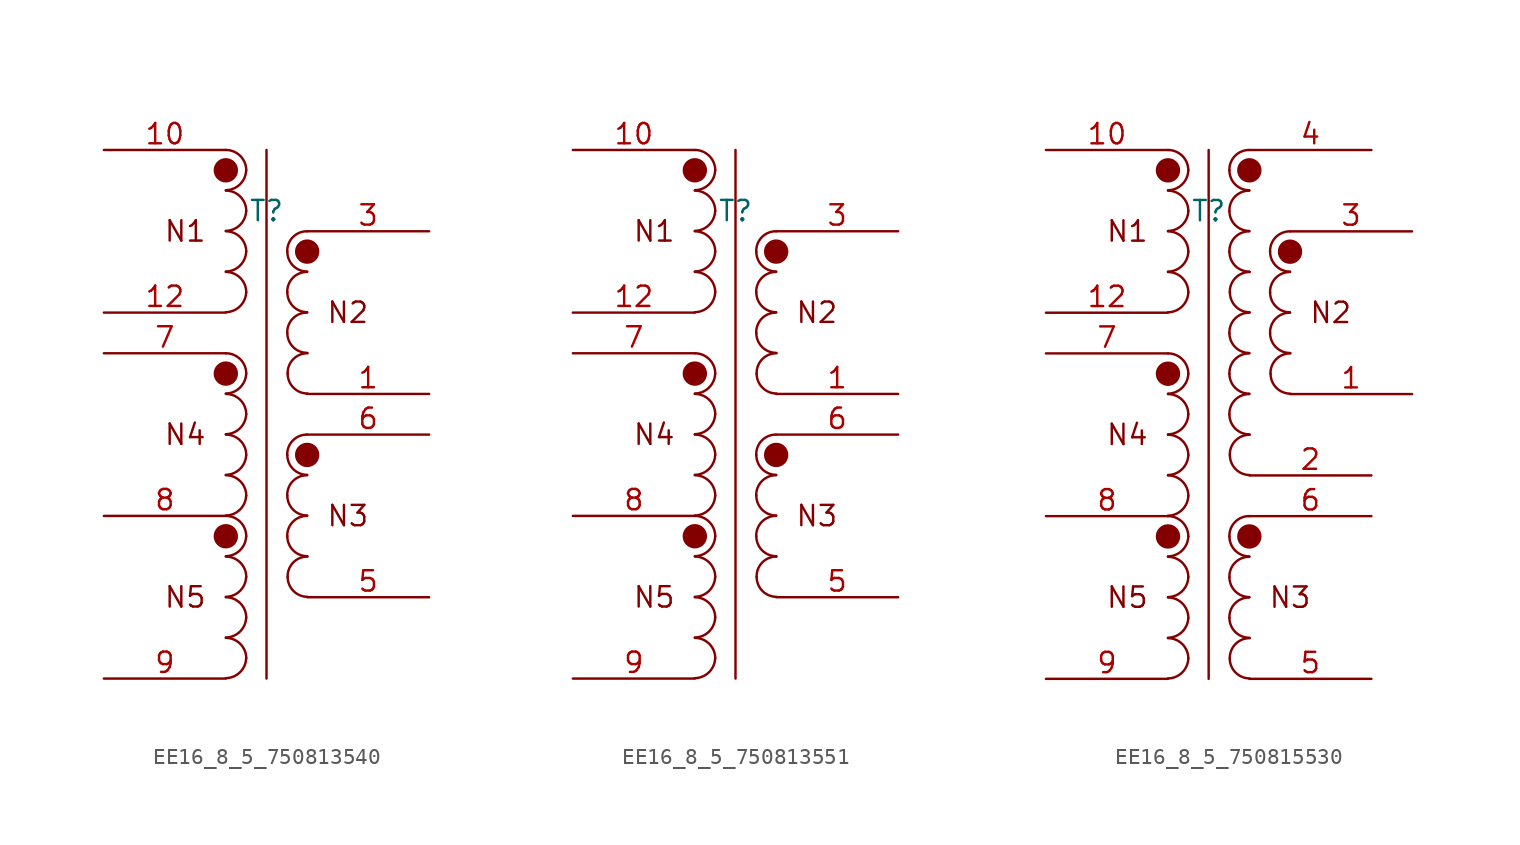
<source format=kicad_sym>
(kicad_symbol_lib
  (version 20220914)
  (generator kicad_symbol_editor)
  (symbol "EE16_8_5_750813540"
    (pin_names hide)
    (property "Reference" "T"
      (at 0 12.7 0)
      (effects (font (size 1.27 1.27))))
    (symbol "EE16_8_5_750813540_0_1"
      (arc (start -2.54 -16.4846) (mid -1.6561 -16.1163) (end -1.27 -15.24) (stroke (width 0) (type default)) (fill (type none)))
      (arc (start -2.54 -13.9446) (mid -1.6561 -13.5763) (end -1.27 -12.7) (stroke (width 0) (type default)) (fill (type none)))
      (arc (start -2.54 -11.4046) (mid -1.6561 -11.0363) (end -1.27 -10.16) (stroke (width 0) (type default)) (fill (type none)))
      (arc (start -2.54 -8.8646) (mid -1.6561 -8.4963) (end -1.27 -7.62) (stroke (width 0) (type default)) (fill (type none)))
      (arc (start -2.54 -6.3246) (mid -1.6561 -5.9563) (end -1.27 -5.08) (stroke (width 0) (type default)) (fill (type none)))
      (arc (start -2.54 -3.7846) (mid -1.6561 -3.4163) (end -1.27 -2.54) (stroke (width 0) (type default)) (fill (type none)))
      (arc (start -2.54 -1.2446) (mid -1.6561 -0.8763) (end -1.27 0) (stroke (width 0) (type default)) (fill (type none)))
      (arc (start -2.54 1.2954) (mid -1.6561 1.6637) (end -1.27 2.54) (stroke (width 0) (type default)) (fill (type none)))
      (arc (start -2.54 6.3754) (mid -1.6561 6.7437) (end -1.27 7.62) (stroke (width 0) (type default)) (fill (type none)))
      (arc (start -2.54 8.9154) (mid -1.6561 9.2837) (end -1.27 10.16) (stroke (width 0) (type default)) (fill (type none)))
      (arc (start -2.54 11.4554) (mid -1.6561 11.8237) (end -1.27 12.7) (stroke (width 0) (type default)) (fill (type none)))
      (arc (start -2.54 13.9954) (mid -1.6561 14.3637) (end -1.27 15.24) (stroke (width 0) (type default)) (fill (type none)))
      (arc (start -1.27 -15.24) (mid -1.642 -14.342) (end -2.54 -13.97) (stroke (width 0) (type default)) (fill (type none)))
      (arc (start -1.27 -12.7) (mid -1.642 -11.802) (end -2.54 -11.43) (stroke (width 0) (type default)) (fill (type none)))
      (arc (start -1.27 -10.16) (mid -1.642 -9.262) (end -2.54 -8.89) (stroke (width 0) (type default)) (fill (type none)))
      (arc (start -1.27 -7.62) (mid -1.642 -6.722) (end -2.54 -6.35) (stroke (width 0) (type default)) (fill (type none)))
      (arc (start -1.27 -5.08) (mid -1.642 -4.182) (end -2.54 -3.81) (stroke (width 0) (type default)) (fill (type none)))
      (arc (start -1.27 -2.54) (mid -1.642 -1.642) (end -2.54 -1.27) (stroke (width 0) (type default)) (fill (type none)))
      (arc (start -1.27 0) (mid -1.642 0.898) (end -2.54 1.27) (stroke (width 0) (type default)) (fill (type none)))
      (arc (start -1.27 2.54) (mid -1.642 3.438) (end -2.54 3.81) (stroke (width 0) (type default)) (fill (type none)))
      (arc (start -1.27 7.62) (mid -1.642 8.518) (end -2.54 8.89) (stroke (width 0) (type default)) (fill (type none)))
      (arc (start -1.27 10.16) (mid -1.642 11.058) (end -2.54 11.43) (stroke (width 0) (type default)) (fill (type none)))
      (arc (start -1.27 12.7) (mid -1.642 13.598) (end -2.54 13.97) (stroke (width 0) (type default)) (fill (type none)))
      (arc (start -1.27 15.24) (mid -1.642 16.138) (end -2.54 16.51) (stroke (width 0) (type default)) (fill (type none)))
      (polyline (pts (xy 0 16.51) (xy 0 -16.51)) (stroke (width 0) (type default)) (fill (type none)))
      (arc (start 1.2954 -7.62) (mid 1.6599 -8.5001) (end 2.54 -8.8646) (stroke (width 0) (type default)) (fill (type none)))
      (arc (start 1.2954 -5.08) (mid 1.6599 -5.9601) (end 2.54 -6.3246) (stroke (width 0) (type default)) (fill (type none)))
      (arc (start 1.2954 -2.54) (mid 1.6599 -3.4201) (end 2.54 -3.7846) (stroke (width 0) (type default)) (fill (type none)))
      (arc (start 1.2954 5.08) (mid 1.6599 4.1999) (end 2.54 3.8354) (stroke (width 0) (type default)) (fill (type none)))
      (arc (start 1.2954 7.62) (mid 1.6599 6.7399) (end 2.54 6.3754) (stroke (width 0) (type default)) (fill (type none)))
      (arc (start 1.2954 10.16) (mid 1.6599 9.2799) (end 2.54 8.9154) (stroke (width 0) (type default)) (fill (type none)))
      (arc (start 1.3208 -10.16) (mid 1.6852 -11.0402) (end 2.5654 -11.4046) (stroke (width 0) (type default)) (fill (type none)))
      (arc (start 1.3208 2.54) (mid 1.6853 1.6597) (end 2.5654 1.2954) (stroke (width 0) (type default)) (fill (type none)))
      (arc (start 2.54 -6.35) (mid 1.6458 -6.7185) (end 1.2954 -7.62) (stroke (width 0) (type default)) (fill (type none)))
      (arc (start 2.54 -3.81) (mid 1.6458 -4.1785) (end 1.2954 -5.08) (stroke (width 0) (type default)) (fill (type none)))
      (arc (start 2.54 -1.27) (mid 1.6458 -1.6385) (end 1.2954 -2.54) (stroke (width 0) (type default)) (fill (type none)))
      (arc (start 2.54 6.35) (mid 1.6458 5.9815) (end 1.2954 5.08) (stroke (width 0) (type default)) (fill (type none)))
      (arc (start 2.54 8.89) (mid 1.6458 8.5215) (end 1.2954 7.62) (stroke (width 0) (type default)) (fill (type none)))
      (arc (start 2.54 11.43) (mid 1.6458 11.0615) (end 1.2954 10.16) (stroke (width 0) (type default)) (fill (type none)))
      (arc (start 2.5654 -8.89) (mid 1.6709 -9.2583) (end 1.3208 -10.16) (stroke (width 0) (type default)) (fill (type none)))
      (arc (start 2.5654 3.81) (mid 1.6709 3.4417) (end 1.3208 2.54) (stroke (width 0) (type default)) (fill (type none))))
    (symbol "EE16_8_5_750813540_1_1"
      (circle (center -2.54 -7.62) (radius 0.0001) (stroke (width 0.762) (type default)) (fill (type none)))
      (circle (center -2.54 2.54) (radius 0.0001) (stroke (width 0.762) (type default)) (fill (type none)))
      (circle (center -2.54 15.24) (radius 0.0001) (stroke (width 0.762) (type default)) (fill (type none)))
      (circle (center 2.54 -2.54) (radius 0.0001) (stroke (width 0.762) (type default)) (fill (type none)))
      (circle (center 2.54 10.16) (radius 0.0001) (stroke (width 0.762) (type default)) (fill (type none)))
      (text "N1" (at -5.08 11.43 0) (effects (font (size 1.27 1.27))))
      (text "N2" (at 5.08 6.35 0) (effects (font (size 1.27 1.27))))
      (text "N3" (at 5.08 -6.35 0) (effects (font (size 1.27 1.27))))
      (text "N4" (at -5.08 -1.27 0) (effects (font (size 1.27 1.27))))
      (text "N5" (at -5.08 -11.43 0) (effects (font (size 1.27 1.27))))
      (pin passive line (at 10.16 1.27 180) (length 7.62) (name "1" (effects (font (size 1.27 1.27)))) (number "1" (effects (font (size 1.27 1.27)))))
      (pin passive line (at -10.16 16.51 0) (length 7.62) (name "10" (effects (font (size 1.27 1.27)))) (number "10" (effects (font (size 1.27 1.27)))))
      (pin passive line (at -10.16 6.35 0) (length 7.62) (name "12" (effects (font (size 1.27 1.27)))) (number "12" (effects (font (size 1.27 1.27)))))
      (pin passive line (at 10.16 11.43 180) (length 7.62) (name "3" (effects (font (size 1.27 1.27)))) (number "3" (effects (font (size 1.27 1.27)))))
      (pin passive line (at 10.16 -11.43 180) (length 7.62) (name "5" (effects (font (size 1.27 1.27)))) (number "5" (effects (font (size 1.27 1.27)))))
      (pin passive line (at 10.16 -1.27 180) (length 7.62) (name "6" (effects (font (size 1.27 1.27)))) (number "6" (effects (font (size 1.27 1.27)))))
      (pin passive line (at -10.16 3.81 0) (length 7.62) (name "7" (effects (font (size 1.27 1.27)))) (number "7" (effects (font (size 1.27 1.27)))))
      (pin passive line (at -10.16 -6.35 0) (length 7.62) (name "8" (effects (font (size 1.27 1.27)))) (number "8" (effects (font (size 1.27 1.27)))))
      (pin passive line (at -10.16 -16.51 0) (length 7.62) (name "9" (effects (font (size 1.27 1.27)))) (number "9" (effects (font (size 1.27 1.27)))))))
  (symbol "EE16_8_5_750813551"
    (pin_names hide)
    (property "Reference" "T"
      (at 0 12.7 0)
      (effects (font (size 1.27 1.27))))
    (symbol "EE16_8_5_750813551_0_1"
      (arc (start -2.54 -16.4846) (mid -1.6561 -16.1163) (end -1.27 -15.24) (stroke (width 0) (type default)) (fill (type none)))
      (arc (start -2.54 -13.9446) (mid -1.6561 -13.5763) (end -1.27 -12.7) (stroke (width 0) (type default)) (fill (type none)))
      (arc (start -2.54 -11.4046) (mid -1.6561 -11.0363) (end -1.27 -10.16) (stroke (width 0) (type default)) (fill (type none)))
      (arc (start -2.54 -8.8646) (mid -1.6561 -8.4963) (end -1.27 -7.62) (stroke (width 0) (type default)) (fill (type none)))
      (arc (start -2.54 -6.3246) (mid -1.6561 -5.9563) (end -1.27 -5.08) (stroke (width 0) (type default)) (fill (type none)))
      (arc (start -2.54 -3.7846) (mid -1.6561 -3.4163) (end -1.27 -2.54) (stroke (width 0) (type default)) (fill (type none)))
      (arc (start -2.54 -1.2446) (mid -1.6561 -0.8763) (end -1.27 0) (stroke (width 0) (type default)) (fill (type none)))
      (arc (start -2.54 1.2954) (mid -1.6561 1.6637) (end -1.27 2.54) (stroke (width 0) (type default)) (fill (type none)))
      (arc (start -2.54 6.3754) (mid -1.6561 6.7437) (end -1.27 7.62) (stroke (width 0) (type default)) (fill (type none)))
      (arc (start -2.54 8.9154) (mid -1.6561 9.2837) (end -1.27 10.16) (stroke (width 0) (type default)) (fill (type none)))
      (arc (start -2.54 11.4554) (mid -1.6561 11.8237) (end -1.27 12.7) (stroke (width 0) (type default)) (fill (type none)))
      (arc (start -2.54 13.9954) (mid -1.6561 14.3637) (end -1.27 15.24) (stroke (width 0) (type default)) (fill (type none)))
      (arc (start -1.27 -15.24) (mid -1.642 -14.342) (end -2.54 -13.97) (stroke (width 0) (type default)) (fill (type none)))
      (arc (start -1.27 -12.7) (mid -1.642 -11.802) (end -2.54 -11.43) (stroke (width 0) (type default)) (fill (type none)))
      (arc (start -1.27 -10.16) (mid -1.642 -9.262) (end -2.54 -8.89) (stroke (width 0) (type default)) (fill (type none)))
      (arc (start -1.27 -7.62) (mid -1.642 -6.722) (end -2.54 -6.35) (stroke (width 0) (type default)) (fill (type none)))
      (arc (start -1.27 -5.08) (mid -1.642 -4.182) (end -2.54 -3.81) (stroke (width 0) (type default)) (fill (type none)))
      (arc (start -1.27 -2.54) (mid -1.642 -1.642) (end -2.54 -1.27) (stroke (width 0) (type default)) (fill (type none)))
      (arc (start -1.27 0) (mid -1.642 0.898) (end -2.54 1.27) (stroke (width 0) (type default)) (fill (type none)))
      (arc (start -1.27 2.54) (mid -1.642 3.438) (end -2.54 3.81) (stroke (width 0) (type default)) (fill (type none)))
      (arc (start -1.27 7.62) (mid -1.642 8.518) (end -2.54 8.89) (stroke (width 0) (type default)) (fill (type none)))
      (arc (start -1.27 10.16) (mid -1.642 11.058) (end -2.54 11.43) (stroke (width 0) (type default)) (fill (type none)))
      (arc (start -1.27 12.7) (mid -1.642 13.598) (end -2.54 13.97) (stroke (width 0) (type default)) (fill (type none)))
      (arc (start -1.27 15.24) (mid -1.642 16.138) (end -2.54 16.51) (stroke (width 0) (type default)) (fill (type none)))
      (polyline (pts (xy 0 16.51) (xy 0 -16.51)) (stroke (width 0) (type default)) (fill (type none)))
      (arc (start 1.2954 -7.62) (mid 1.6599 -8.5001) (end 2.54 -8.8646) (stroke (width 0) (type default)) (fill (type none)))
      (arc (start 1.2954 -5.08) (mid 1.6599 -5.9601) (end 2.54 -6.3246) (stroke (width 0) (type default)) (fill (type none)))
      (arc (start 1.2954 -2.54) (mid 1.6599 -3.4201) (end 2.54 -3.7846) (stroke (width 0) (type default)) (fill (type none)))
      (arc (start 1.2954 5.08) (mid 1.6599 4.1999) (end 2.54 3.8354) (stroke (width 0) (type default)) (fill (type none)))
      (arc (start 1.2954 7.62) (mid 1.6599 6.7399) (end 2.54 6.3754) (stroke (width 0) (type default)) (fill (type none)))
      (arc (start 1.2954 10.16) (mid 1.6599 9.2799) (end 2.54 8.9154) (stroke (width 0) (type default)) (fill (type none)))
      (arc (start 1.3208 -10.16) (mid 1.6852 -11.0402) (end 2.5654 -11.4046) (stroke (width 0) (type default)) (fill (type none)))
      (arc (start 1.3208 2.54) (mid 1.6853 1.6597) (end 2.5654 1.2954) (stroke (width 0) (type default)) (fill (type none)))
      (arc (start 2.54 -6.35) (mid 1.6458 -6.7185) (end 1.2954 -7.62) (stroke (width 0) (type default)) (fill (type none)))
      (arc (start 2.54 -3.81) (mid 1.6458 -4.1785) (end 1.2954 -5.08) (stroke (width 0) (type default)) (fill (type none)))
      (arc (start 2.54 -1.27) (mid 1.6458 -1.6385) (end 1.2954 -2.54) (stroke (width 0) (type default)) (fill (type none)))
      (arc (start 2.54 6.35) (mid 1.6458 5.9815) (end 1.2954 5.08) (stroke (width 0) (type default)) (fill (type none)))
      (arc (start 2.54 8.89) (mid 1.6458 8.5215) (end 1.2954 7.62) (stroke (width 0) (type default)) (fill (type none)))
      (arc (start 2.54 11.43) (mid 1.6458 11.0615) (end 1.2954 10.16) (stroke (width 0) (type default)) (fill (type none)))
      (arc (start 2.5654 -8.89) (mid 1.6709 -9.2583) (end 1.3208 -10.16) (stroke (width 0) (type default)) (fill (type none)))
      (arc (start 2.5654 3.81) (mid 1.6709 3.4417) (end 1.3208 2.54) (stroke (width 0) (type default)) (fill (type none))))
    (symbol "EE16_8_5_750813551_1_1"
      (circle (center -2.54 -7.62) (radius 0.0001) (stroke (width 0.762) (type default)) (fill (type none)))
      (circle (center -2.54 2.54) (radius 0.0001) (stroke (width 0.762) (type default)) (fill (type none)))
      (circle (center -2.54 15.24) (radius 0.0001) (stroke (width 0.762) (type default)) (fill (type none)))
      (circle (center 2.54 -2.54) (radius 0.0001) (stroke (width 0.762) (type default)) (fill (type none)))
      (circle (center 2.54 10.16) (radius 0.0001) (stroke (width 0.762) (type default)) (fill (type none)))
      (text "N1" (at -5.08 11.43 0) (effects (font (size 1.27 1.27))))
      (text "N2" (at 5.08 6.35 0) (effects (font (size 1.27 1.27))))
      (text "N3" (at 5.08 -6.35 0) (effects (font (size 1.27 1.27))))
      (text "N4" (at -5.08 -1.27 0) (effects (font (size 1.27 1.27))))
      (text "N5" (at -5.08 -11.43 0) (effects (font (size 1.27 1.27))))
      (pin passive line (at 10.16 1.27 180) (length 7.62) (name "1" (effects (font (size 1.27 1.27)))) (number "1" (effects (font (size 1.27 1.27)))))
      (pin passive line (at -10.16 16.51 0) (length 7.62) (name "10" (effects (font (size 1.27 1.27)))) (number "10" (effects (font (size 1.27 1.27)))))
      (pin passive line (at -10.16 6.35 0) (length 7.62) (name "12" (effects (font (size 1.27 1.27)))) (number "12" (effects (font (size 1.27 1.27)))))
      (pin passive line (at 10.16 11.43 180) (length 7.62) (name "3" (effects (font (size 1.27 1.27)))) (number "3" (effects (font (size 1.27 1.27)))))
      (pin passive line (at 10.16 -11.43 180) (length 7.62) (name "5" (effects (font (size 1.27 1.27)))) (number "5" (effects (font (size 1.27 1.27)))))
      (pin passive line (at 10.16 -1.27 180) (length 7.62) (name "6" (effects (font (size 1.27 1.27)))) (number "6" (effects (font (size 1.27 1.27)))))
      (pin passive line (at -10.16 3.81 0) (length 7.62) (name "7" (effects (font (size 1.27 1.27)))) (number "7" (effects (font (size 1.27 1.27)))))
      (pin passive line (at -10.16 -6.35 0) (length 7.62) (name "8" (effects (font (size 1.27 1.27)))) (number "8" (effects (font (size 1.27 1.27)))))
      (pin passive line (at -10.16 -16.51 0) (length 7.62) (name "9" (effects (font (size 1.27 1.27)))) (number "9" (effects (font (size 1.27 1.27)))))))
  (symbol "EE16_8_5_750815530"
    (pin_names hide)
    (property "Reference" "T"
      (at 0 12.7 0)
      (effects (font (size 1.27 1.27))))
    (symbol "EE16_8_5_750815530_0_1"
      (arc (start -2.54 -16.4846) (mid -1.6561 -16.1163) (end -1.27 -15.24) (stroke (width 0) (type default)) (fill (type none)))
      (arc (start -2.54 -13.9446) (mid -1.6561 -13.5763) (end -1.27 -12.7) (stroke (width 0) (type default)) (fill (type none)))
      (arc (start -2.54 -11.4046) (mid -1.6561 -11.0363) (end -1.27 -10.16) (stroke (width 0) (type default)) (fill (type none)))
      (arc (start -2.54 -8.8646) (mid -1.6561 -8.4963) (end -1.27 -7.62) (stroke (width 0) (type default)) (fill (type none)))
      (arc (start -2.54 -6.3246) (mid -1.6561 -5.9563) (end -1.27 -5.08) (stroke (width 0) (type default)) (fill (type none)))
      (arc (start -2.54 -3.7846) (mid -1.6561 -3.4163) (end -1.27 -2.54) (stroke (width 0) (type default)) (fill (type none)))
      (arc (start -2.54 -1.2446) (mid -1.6561 -0.8763) (end -1.27 0) (stroke (width 0) (type default)) (fill (type none)))
      (arc (start -2.54 1.2954) (mid -1.6561 1.6637) (end -1.27 2.54) (stroke (width 0) (type default)) (fill (type none)))
      (arc (start -2.54 6.3754) (mid -1.6561 6.7437) (end -1.27 7.62) (stroke (width 0) (type default)) (fill (type none)))
      (arc (start -2.54 8.9154) (mid -1.6561 9.2837) (end -1.27 10.16) (stroke (width 0) (type default)) (fill (type none)))
      (arc (start -2.54 11.4554) (mid -1.6561 11.8237) (end -1.27 12.7) (stroke (width 0) (type default)) (fill (type none)))
      (arc (start -2.54 13.9954) (mid -1.6561 14.3637) (end -1.27 15.24) (stroke (width 0) (type default)) (fill (type none)))
      (arc (start -1.27 -15.24) (mid -1.642 -14.342) (end -2.54 -13.97) (stroke (width 0) (type default)) (fill (type none)))
      (arc (start -1.27 -12.7) (mid -1.642 -11.802) (end -2.54 -11.43) (stroke (width 0) (type default)) (fill (type none)))
      (arc (start -1.27 -10.16) (mid -1.642 -9.262) (end -2.54 -8.89) (stroke (width 0) (type default)) (fill (type none)))
      (arc (start -1.27 -7.62) (mid -1.642 -6.722) (end -2.54 -6.35) (stroke (width 0) (type default)) (fill (type none)))
      (arc (start -1.27 -5.08) (mid -1.642 -4.182) (end -2.54 -3.81) (stroke (width 0) (type default)) (fill (type none)))
      (arc (start -1.27 -2.54) (mid -1.642 -1.642) (end -2.54 -1.27) (stroke (width 0) (type default)) (fill (type none)))
      (arc (start -1.27 0) (mid -1.642 0.898) (end -2.54 1.27) (stroke (width 0) (type default)) (fill (type none)))
      (arc (start -1.27 2.54) (mid -1.642 3.438) (end -2.54 3.81) (stroke (width 0) (type default)) (fill (type none)))
      (arc (start -1.27 7.62) (mid -1.642 8.518) (end -2.54 8.89) (stroke (width 0) (type default)) (fill (type none)))
      (arc (start -1.27 10.16) (mid -1.642 11.058) (end -2.54 11.43) (stroke (width 0) (type default)) (fill (type none)))
      (arc (start -1.27 12.7) (mid -1.642 13.598) (end -2.54 13.97) (stroke (width 0) (type default)) (fill (type none)))
      (arc (start -1.27 15.24) (mid -1.642 16.138) (end -2.54 16.51) (stroke (width 0) (type default)) (fill (type none)))
      (polyline (pts (xy 0 16.51) (xy 0 -16.51)) (stroke (width 0) (type default)) (fill (type none)))
      (arc (start 1.2954 -12.7) (mid 1.6599 -13.5801) (end 2.54 -13.9446) (stroke (width 0) (type default)) (fill (type none)))
      (arc (start 1.2954 -10.16) (mid 1.6599 -11.0401) (end 2.54 -11.4046) (stroke (width 0) (type default)) (fill (type none)))
      (arc (start 1.2954 -7.62) (mid 1.6599 -8.5001) (end 2.54 -8.8646) (stroke (width 0) (type default)) (fill (type none)))
      (arc (start 1.2954 0) (mid 1.6599 -0.8801) (end 2.54 -1.2446) (stroke (width 0) (type default)) (fill (type none)))
      (arc (start 1.2954 2.54) (mid 1.6599 1.6599) (end 2.54 1.2954) (stroke (width 0) (type default)) (fill (type none)))
      (arc (start 1.2954 5.08) (mid 1.6599 4.1999) (end 2.54 3.8354) (stroke (width 0) (type default)) (fill (type none)))
      (arc (start 1.2954 10.16) (mid 1.6599 9.2799) (end 2.54 8.9154) (stroke (width 0) (type default)) (fill (type none)))
      (arc (start 1.2954 12.7) (mid 1.6599 11.8199) (end 2.54 11.4554) (stroke (width 0) (type default)) (fill (type none)))
      (arc (start 1.2954 15.24) (mid 1.6599 14.3599) (end 2.54 13.9954) (stroke (width 0) (type default)) (fill (type none)))
      (arc (start 1.3208 -15.24) (mid 1.6854 -16.1199) (end 2.5654 -16.4846) (stroke (width 0) (type default)) (fill (type none)))
      (arc (start 1.3208 -2.54) (mid 1.6852 -3.4202) (end 2.5654 -3.7846) (stroke (width 0) (type default)) (fill (type none)))
      (arc (start 1.3208 7.62) (mid 1.6852 6.7398) (end 2.5654 6.3754) (stroke (width 0) (type default)) (fill (type none)))
      (arc (start 2.54 -11.43) (mid 1.6458 -11.7985) (end 1.2954 -12.7) (stroke (width 0) (type default)) (fill (type none)))
      (arc (start 2.54 -8.89) (mid 1.6458 -9.2585) (end 1.2954 -10.16) (stroke (width 0) (type default)) (fill (type none)))
      (arc (start 2.54 -6.35) (mid 1.6458 -6.7185) (end 1.2954 -7.62) (stroke (width 0) (type default)) (fill (type none)))
      (arc (start 2.54 1.27) (mid 1.6458 0.9015) (end 1.2954 0) (stroke (width 0) (type default)) (fill (type none)))
      (arc (start 2.54 3.81) (mid 1.6458 3.4415) (end 1.2954 2.54) (stroke (width 0) (type default)) (fill (type none)))
      (arc (start 2.54 6.35) (mid 1.6458 5.9815) (end 1.2954 5.08) (stroke (width 0) (type default)) (fill (type none)))
      (arc (start 2.54 11.43) (mid 1.6458 11.0615) (end 1.2954 10.16) (stroke (width 0) (type default)) (fill (type none)))
      (arc (start 2.54 13.97) (mid 1.6458 13.6015) (end 1.2954 12.7) (stroke (width 0) (type default)) (fill (type none)))
      (arc (start 2.54 16.51) (mid 1.6458 16.1415) (end 1.2954 15.24) (stroke (width 0) (type default)) (fill (type none)))
      (arc (start 2.5654 -13.97) (mid 1.6709 -14.3383) (end 1.3208 -15.24) (stroke (width 0) (type default)) (fill (type none)))
      (arc (start 2.5654 -1.27) (mid 1.6709 -1.6383) (end 1.3208 -2.54) (stroke (width 0) (type default)) (fill (type none)))
      (arc (start 2.5654 8.89) (mid 1.6709 8.5217) (end 1.3208 7.62) (stroke (width 0) (type default)) (fill (type none)))
      (arc (start 3.8354 5.08) (mid 4.1999 4.1999) (end 5.08 3.8354) (stroke (width 0) (type default)) (fill (type none)))
      (arc (start 3.8354 7.62) (mid 4.1999 6.7399) (end 5.08 6.3754) (stroke (width 0) (type default)) (fill (type none)))
      (arc (start 3.8354 10.16) (mid 4.1999 9.2799) (end 5.08 8.9154) (stroke (width 0) (type default)) (fill (type none)))
      (arc (start 3.8608 2.54) (mid 4.2253 1.6597) (end 5.1054 1.2954) (stroke (width 0) (type default)) (fill (type none)))
      (arc (start 5.08 6.35) (mid 4.1858 5.9815) (end 3.8354 5.08) (stroke (width 0) (type default)) (fill (type none)))
      (arc (start 5.08 8.89) (mid 4.1858 8.5215) (end 3.8354 7.62) (stroke (width 0) (type default)) (fill (type none)))
      (arc (start 5.08 11.43) (mid 4.1858 11.0615) (end 3.8354 10.16) (stroke (width 0) (type default)) (fill (type none)))
      (arc (start 5.1054 3.81) (mid 4.2109 3.4417) (end 3.8608 2.54) (stroke (width 0) (type default)) (fill (type none))))
    (symbol "EE16_8_5_750815530_1_1"
      (circle (center -2.54 -7.62) (radius 0.0001) (stroke (width 0.762) (type default)) (fill (type none)))
      (circle (center -2.54 2.54) (radius 0.0001) (stroke (width 0.762) (type default)) (fill (type none)))
      (circle (center -2.54 15.24) (radius 0.0001) (stroke (width 0.762) (type default)) (fill (type none)))
      (circle (center 2.54 -7.62) (radius 0.0001) (stroke (width 0.762) (type default)) (fill (type none)))
      (circle (center 2.54 15.24) (radius 0.0001) (stroke (width 0.762) (type default)) (fill (type none)))
      (circle (center 5.08 10.16) (radius 0.0001) (stroke (width 0.762) (type default)) (fill (type none)))
      (text "N1" (at -5.08 11.43 0) (effects (font (size 1.27 1.27))))
      (text "N2" (at 7.62 6.35 0) (effects (font (size 1.27 1.27))))
      (text "N3" (at 5.08 -11.43 0) (effects (font (size 1.27 1.27))))
      (text "N4" (at -5.08 -1.27 0) (effects (font (size 1.27 1.27))))
      (text "N5" (at -5.08 -11.43 0) (effects (font (size 1.27 1.27))))
      (pin passive line (at 12.7 1.27 180) (length 7.62) (name "1" (effects (font (size 1.27 1.27)))) (number "1" (effects (font (size 1.27 1.27)))))
      (pin passive line (at -10.16 16.51 0) (length 7.62) (name "10" (effects (font (size 1.27 1.27)))) (number "10" (effects (font (size 1.27 1.27)))))
      (pin passive line (at -10.16 6.35 0) (length 7.62) (name "12" (effects (font (size 1.27 1.27)))) (number "12" (effects (font (size 1.27 1.27)))))
      (pin passive line (at 10.16 -3.81 180) (length 7.62) (name "2" (effects (font (size 1.27 1.27)))) (number "2" (effects (font (size 1.27 1.27)))))
      (pin passive line (at 12.7 11.43 180) (length 7.62) (name "3" (effects (font (size 1.27 1.27)))) (number "3" (effects (font (size 1.27 1.27)))))
      (pin passive line (at 10.16 16.51 180) (length 7.62) (name "4" (effects (font (size 1.27 1.27)))) (number "4" (effects (font (size 1.27 1.27)))))
      (pin passive line (at 10.16 -16.51 180) (length 7.62) (name "5" (effects (font (size 1.27 1.27)))) (number "5" (effects (font (size 1.27 1.27)))))
      (pin passive line (at 10.16 -6.35 180) (length 7.62) (name "6" (effects (font (size 1.27 1.27)))) (number "6" (effects (font (size 1.27 1.27)))))
      (pin passive line (at -10.16 3.81 0) (length 7.62) (name "7" (effects (font (size 1.27 1.27)))) (number "7" (effects (font (size 1.27 1.27)))))
      (pin passive line (at -10.16 -6.35 0) (length 7.62) (name "8" (effects (font (size 1.27 1.27)))) (number "8" (effects (font (size 1.27 1.27)))))
      (pin passive line (at -10.16 -16.51 0) (length 7.62) (name "9" (effects (font (size 1.27 1.27)))) (number "9" (effects (font (size 1.27 1.27))))))))
</source>
